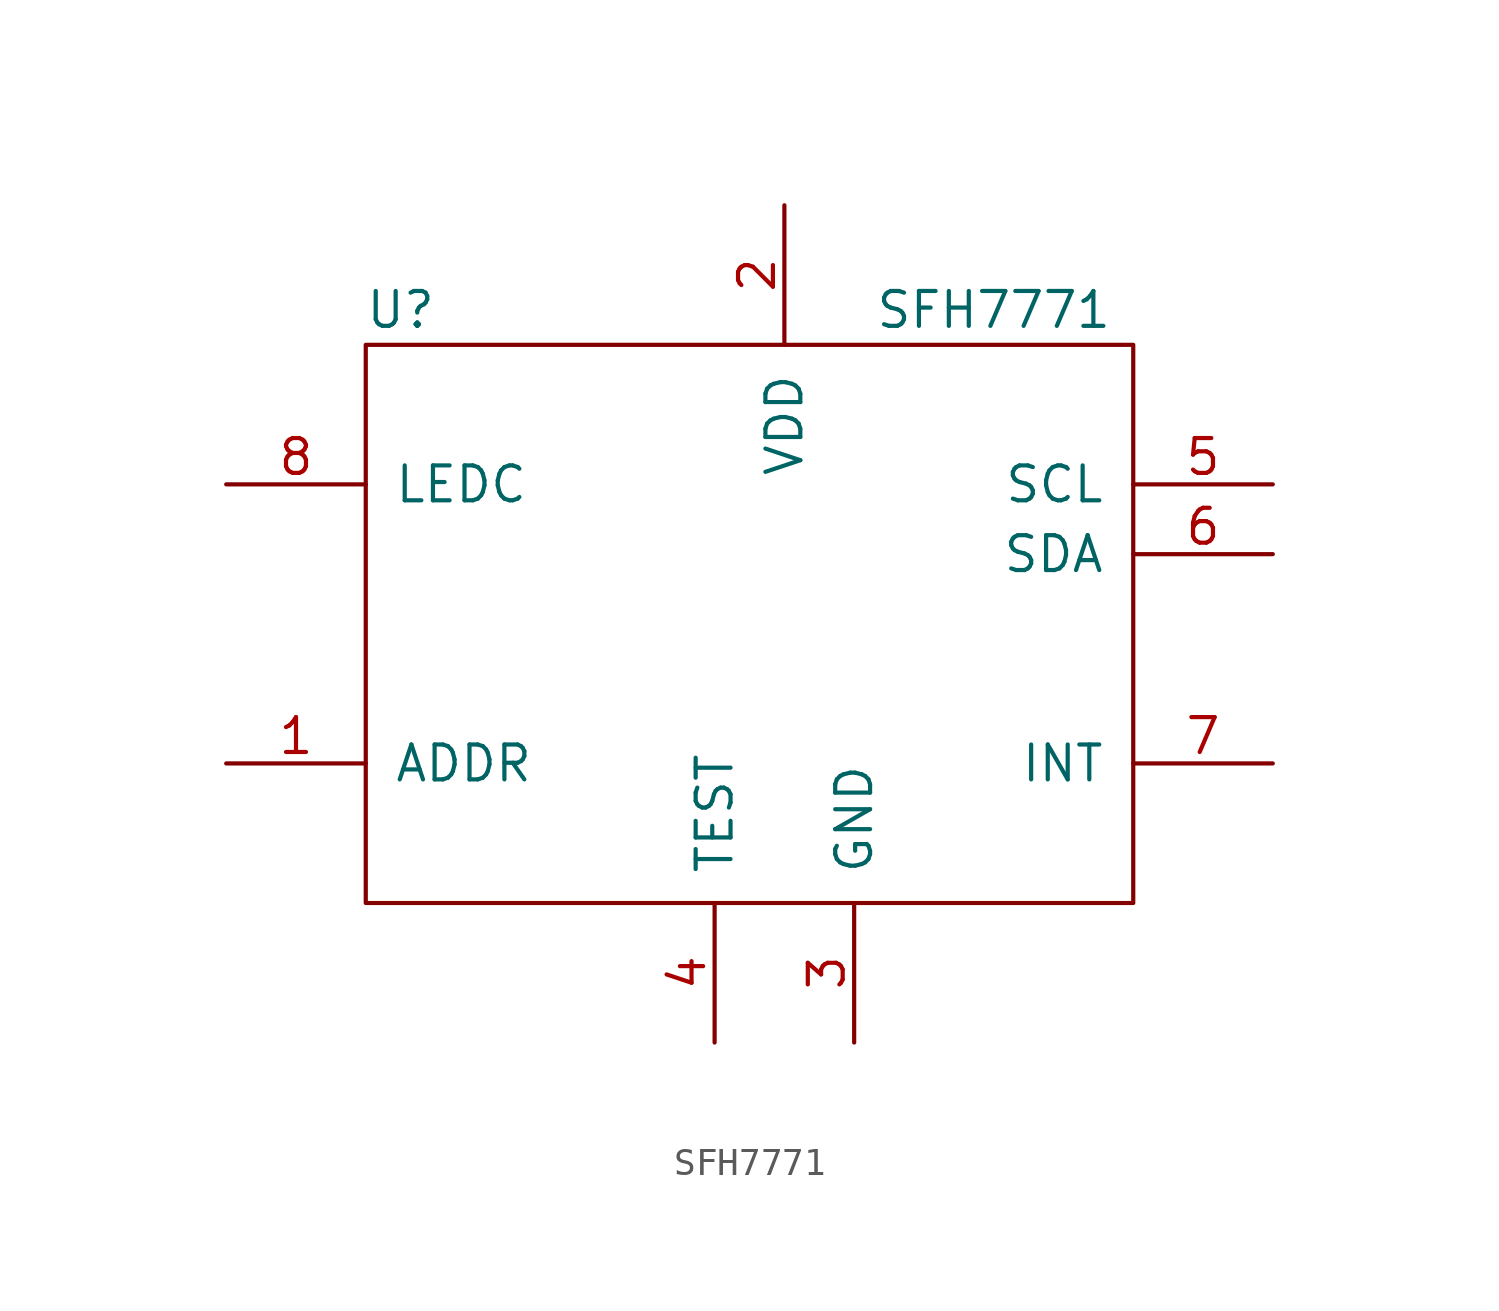
<source format=kicad_sym>
(kicad_symbol_lib
  (version 20211014)
  (generator kicad_symbol_editor)
  (symbol "SFH7771"
    (pin_names
      (offset 1.016))
    (property "Reference" "U"
      (at -12.7 11.43 0)
      (effects (font (size 1.27 1.27))))
    (property "Value" "SFH7771"
      (at 8.89 11.43 0)
      (effects (font (size 1.27 1.27))))
    (symbol "SFH7771_1_1"
      (rectangle (start -13.97 10.16) (end 13.97 -10.16) (stroke (width 0) (type default) (color 0 0 0 0)) (fill (type none)))
      (pin input line (at -19.05 -5.08 0) (length 5.08) (name "ADDR" (effects (font (size 1.27 1.27)))) (number "1" (effects (font (size 1.27 1.27)))))
      (pin input line (at 1.27 15.24 270) (length 5.08) (name "VDD" (effects (font (size 1.27 1.27)))) (number "2" (effects (font (size 1.27 1.27)))))
      (pin input line (at 3.81 -15.24 90) (length 5.08) (name "GND" (effects (font (size 1.27 1.27)))) (number "3" (effects (font (size 1.27 1.27)))))
      (pin input line (at -1.27 -15.24 90) (length 5.08) (name "TEST" (effects (font (size 1.27 1.27)))) (number "4" (effects (font (size 1.27 1.27)))))
      (pin input line (at 19.05 5.08 180) (length 5.08) (name "SCL" (effects (font (size 1.27 1.27)))) (number "5" (effects (font (size 1.27 1.27)))))
      (pin input line (at 19.05 2.54 180) (length 5.08) (name "SDA" (effects (font (size 1.27 1.27)))) (number "6" (effects (font (size 1.27 1.27)))))
      (pin input line (at 19.05 -5.08 180) (length 5.08) (name "INT" (effects (font (size 1.27 1.27)))) (number "7" (effects (font (size 1.27 1.27)))))
      (pin input line (at -19.05 5.08 0) (length 5.08) (name "LEDC" (effects (font (size 1.27 1.27)))) (number "8" (effects (font (size 1.27 1.27))))))))
</source>
